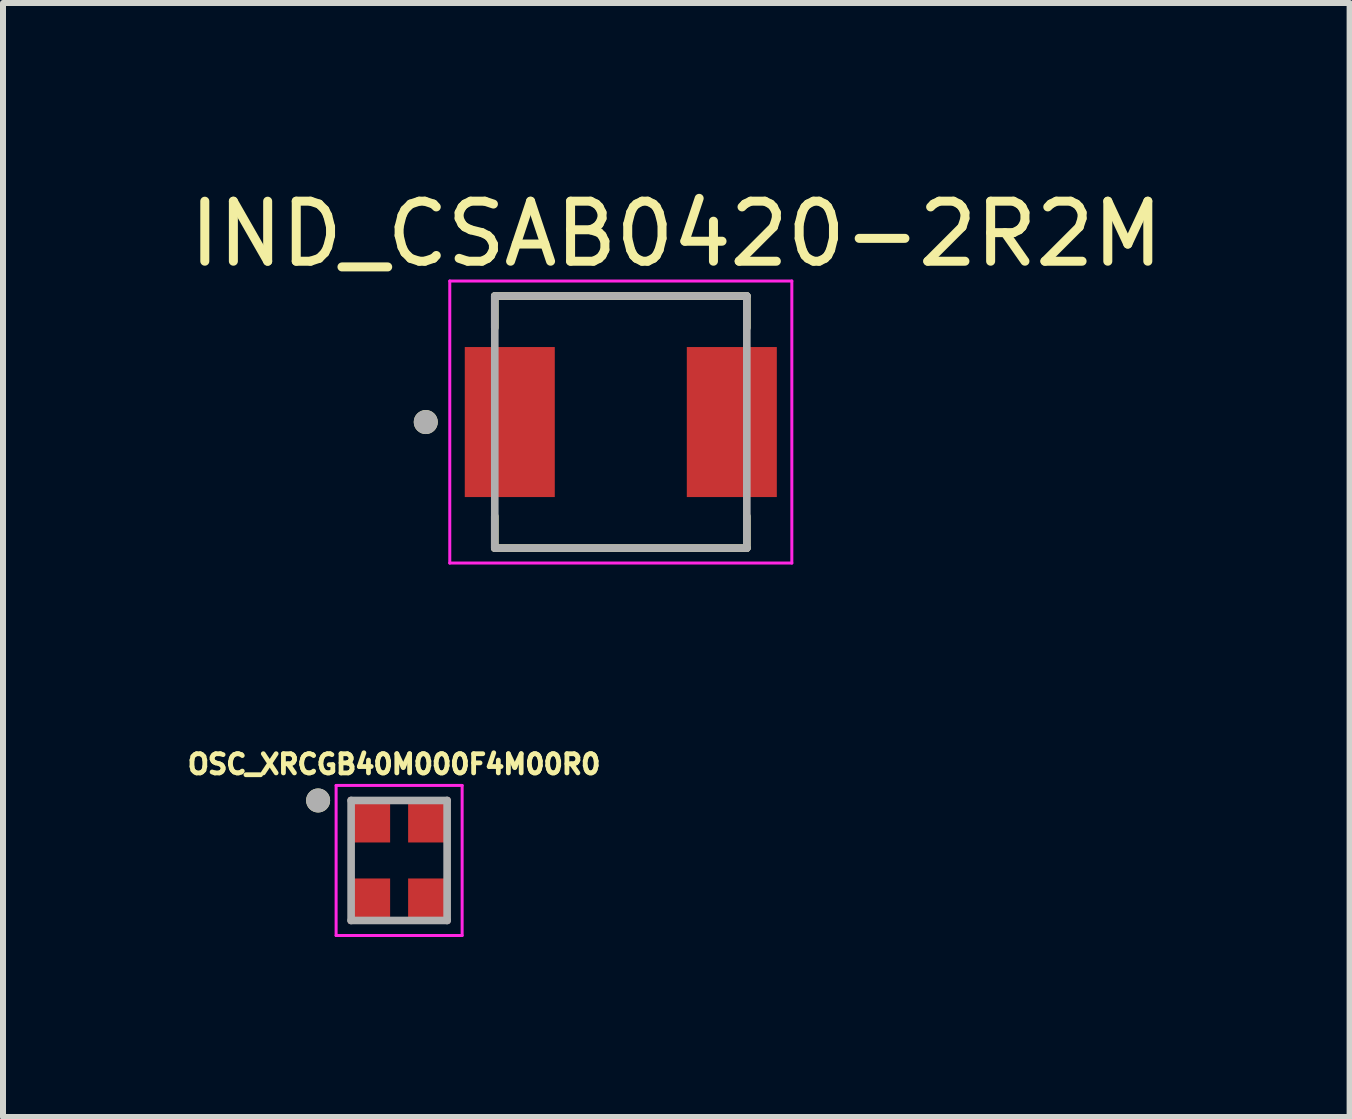
<source format=kicad_pcb>
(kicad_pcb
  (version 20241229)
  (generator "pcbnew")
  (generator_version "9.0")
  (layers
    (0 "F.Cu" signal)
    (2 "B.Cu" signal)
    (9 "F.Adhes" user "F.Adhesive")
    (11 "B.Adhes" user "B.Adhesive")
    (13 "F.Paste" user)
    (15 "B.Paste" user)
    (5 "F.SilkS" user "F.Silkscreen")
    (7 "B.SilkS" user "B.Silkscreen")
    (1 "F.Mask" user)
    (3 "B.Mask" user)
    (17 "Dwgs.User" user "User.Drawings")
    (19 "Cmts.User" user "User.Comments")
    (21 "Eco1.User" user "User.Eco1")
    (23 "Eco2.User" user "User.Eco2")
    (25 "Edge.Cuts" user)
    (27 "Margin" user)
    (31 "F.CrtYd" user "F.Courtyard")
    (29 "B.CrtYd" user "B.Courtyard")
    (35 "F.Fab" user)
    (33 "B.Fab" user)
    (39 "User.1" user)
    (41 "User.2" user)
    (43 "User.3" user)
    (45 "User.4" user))
  (footprint "IND_CSAB0420-2R2M"
    (layer "F.Cu")
    (at 7.295 3.983)
    (property "Reference" "IND_CSAB0420-2R2M" (at 0.925 -3.135 0) (layer "F.SilkS") (effects (font (size 1 1) (thickness 0.15))))
    (attr smd)
    (fp_line (start -2.1 -2.1) (end 2.1 -2.1) (stroke (width 0.127) (type solid)) (layer "F.SilkS"))
    (fp_line (start -2.1 -1.57) (end -2.1 -2.1) (stroke (width 0.127) (type solid)) (layer "F.SilkS"))
    (fp_line (start -2.1 2.1) (end -2.1 1.57) (stroke (width 0.127) (type solid)) (layer "F.SilkS"))
    (fp_line (start 2.1 -2.1) (end 2.1 -1.57) (stroke (width 0.127) (type solid)) (layer "F.SilkS"))
    (fp_line (start 2.1 1.57) (end 2.1 2.1) (stroke (width 0.127) (type solid)) (layer "F.SilkS"))
    (fp_line (start 2.1 2.1) (end -2.1 2.1) (stroke (width 0.127) (type solid)) (layer "F.SilkS"))
    (fp_circle (center -3.25 0) (end -3.15 0) (stroke (width 0.2) (type solid)) (fill no) (layer "F.SilkS"))
    (fp_line (start -2.85 -2.35) (end 2.85 -2.35) (stroke (width 0.05) (type solid)) (layer "F.CrtYd"))
    (fp_line (start -2.85 2.35) (end -2.85 -2.35) (stroke (width 0.05) (type solid)) (layer "F.CrtYd"))
    (fp_line (start 2.85 -2.35) (end 2.85 2.35) (stroke (width 0.05) (type solid)) (layer "F.CrtYd"))
    (fp_line (start 2.85 2.35) (end -2.85 2.35) (stroke (width 0.05) (type solid)) (layer "F.CrtYd"))
    (fp_line (start -2.1 -2.1) (end 2.1 -2.1) (stroke (width 0.127) (type solid)) (layer "F.Fab"))
    (fp_line (start -2.1 2.1) (end -2.1 -2.1) (stroke (width 0.127) (type solid)) (layer "F.Fab"))
    (fp_line (start 2.1 -2.1) (end 2.1 2.1) (stroke (width 0.127) (type solid)) (layer "F.Fab"))
    (fp_line (start 2.1 2.1) (end -2.1 2.1) (stroke (width 0.127) (type solid)) (layer "F.Fab"))
    (fp_circle (center -3.25 0) (end -3.15 0) (stroke (width 0.2) (type solid)) (fill no) (layer "F.Fab"))
    (pad "1" smd rect (at -1.85 0) (size 1.5 2.5) (layers "F.Cu" "F.Mask" "F.Paste"))
    (pad "2" smd rect (at 1.85 0) (size 1.5 2.5) (layers "F.Cu" "F.Mask" "F.Paste")))
  (footprint "OSC_XRCGB40M000F4M00R0"
    (layer "F.Cu")
    (at 3.601 11.289)
    (property "Reference" "OSC_XRCGB40M000F4M00R0" (at -0.084 -1.603 0) (layer "F.SilkS") (effects (font (size 0.32 0.32) (thickness 0.15))))
    (attr smd)
    (fp_circle (center -1.35 -1) (end -1.25 -1) (stroke (width 0.2) (type solid)) (fill no) (layer "F.SilkS"))
    (fp_line (start -1.05 -1.25) (end 1.05 -1.25) (stroke (width 0.05) (type solid)) (layer "F.CrtYd"))
    (fp_line (start -1.05 1.25) (end -1.05 -1.25) (stroke (width 0.05) (type solid)) (layer "F.CrtYd"))
    (fp_line (start 1.05 -1.25) (end 1.05 1.25) (stroke (width 0.05) (type solid)) (layer "F.CrtYd"))
    (fp_line (start 1.05 1.25) (end -1.05 1.25) (stroke (width 0.05) (type solid)) (layer "F.CrtYd"))
    (fp_line (start -0.8 -1) (end 0.8 -1) (stroke (width 0.127) (type solid)) (layer "F.Fab"))
    (fp_line (start -0.8 1) (end -0.8 -1) (stroke (width 0.127) (type solid)) (layer "F.Fab"))
    (fp_line (start 0.8 -1) (end 0.8 1) (stroke (width 0.127) (type solid)) (layer "F.Fab"))
    (fp_line (start 0.8 1) (end -0.8 1) (stroke (width 0.127) (type solid)) (layer "F.Fab"))
    (fp_circle (center -1.35 -1) (end -1.25 -1) (stroke (width 0.2) (type solid)) (fill no) (layer "F.Fab"))
    (pad "1" smd rect (at -0.5 -0.675) (size 0.7 0.75) (layers "F.Cu" "F.Mask" "F.Paste"))
    (pad "2" smd rect (at -0.5 0.675) (size 0.7 0.75) (layers "F.Cu" "F.Mask" "F.Paste"))
    (pad "3" smd rect (at 0.5 0.675) (size 0.7 0.75) (layers "F.Cu" "F.Mask" "F.Paste"))
    (pad "4" smd rect (at 0.5 -0.675) (size 0.7 0.75) (layers "F.Cu" "F.Mask" "F.Paste")))
  (gr_rect
    (start -3 -3)
    (end 19.44 15.564)
    (stroke (width 0.1) (type default))
    (fill no)
    (layer "Edge.Cuts")))
</source>
